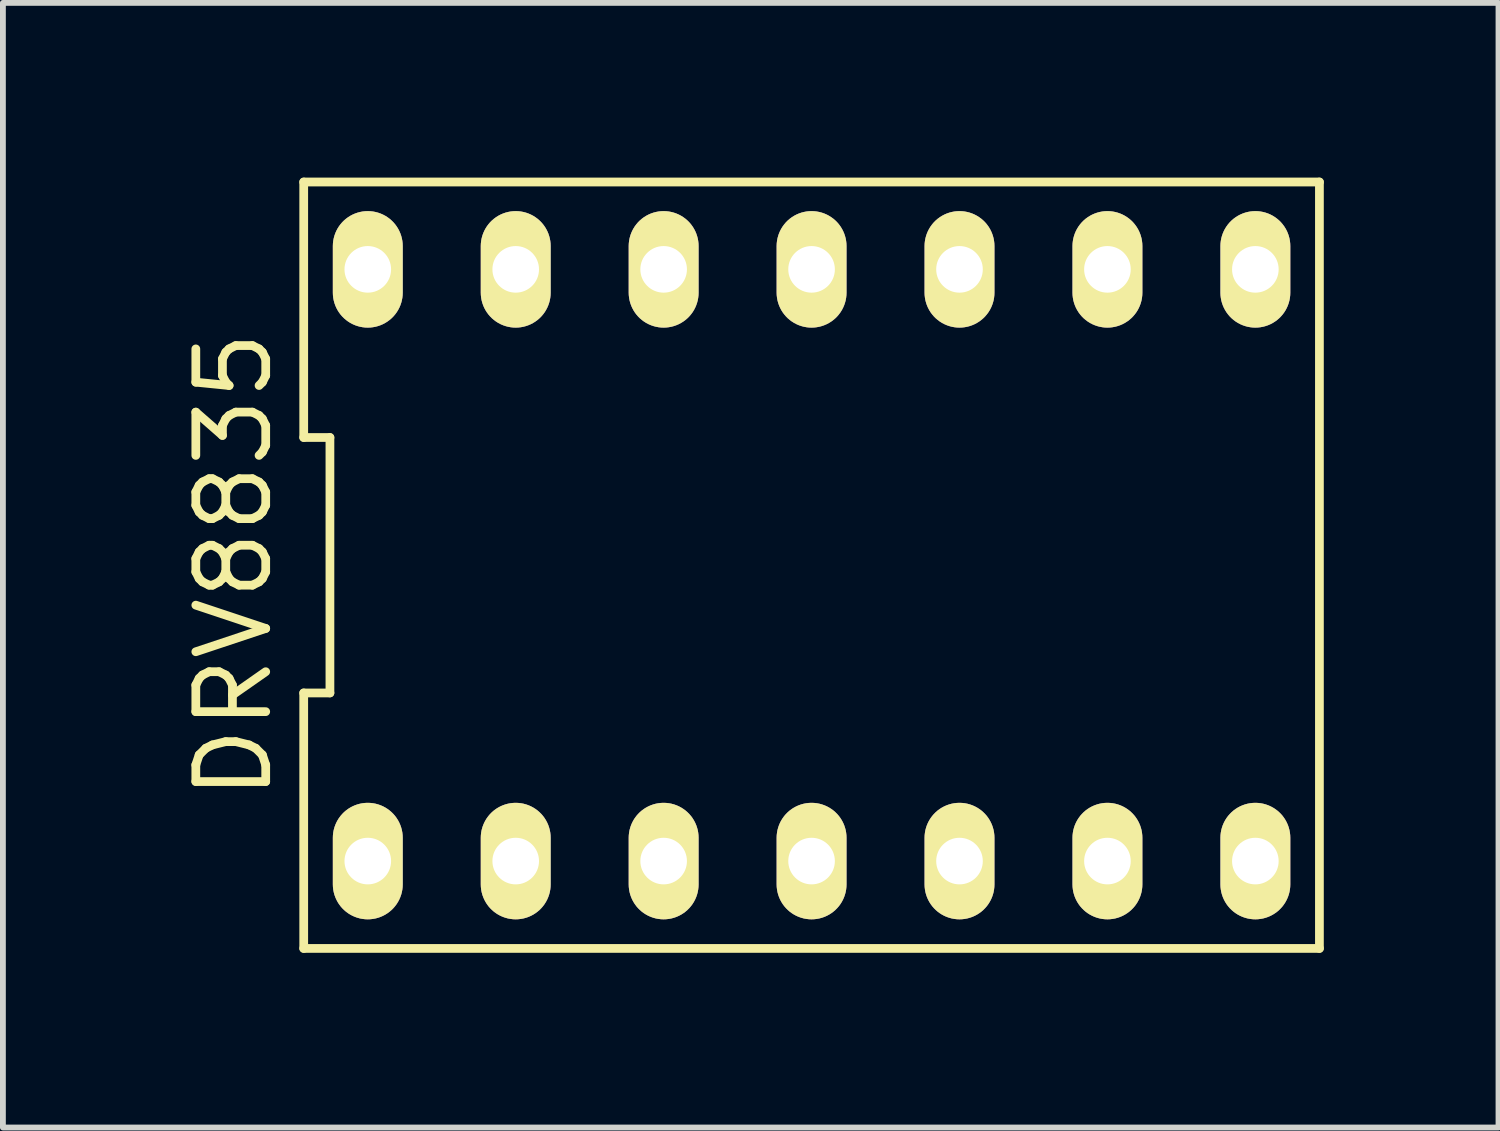
<source format=kicad_pcb>
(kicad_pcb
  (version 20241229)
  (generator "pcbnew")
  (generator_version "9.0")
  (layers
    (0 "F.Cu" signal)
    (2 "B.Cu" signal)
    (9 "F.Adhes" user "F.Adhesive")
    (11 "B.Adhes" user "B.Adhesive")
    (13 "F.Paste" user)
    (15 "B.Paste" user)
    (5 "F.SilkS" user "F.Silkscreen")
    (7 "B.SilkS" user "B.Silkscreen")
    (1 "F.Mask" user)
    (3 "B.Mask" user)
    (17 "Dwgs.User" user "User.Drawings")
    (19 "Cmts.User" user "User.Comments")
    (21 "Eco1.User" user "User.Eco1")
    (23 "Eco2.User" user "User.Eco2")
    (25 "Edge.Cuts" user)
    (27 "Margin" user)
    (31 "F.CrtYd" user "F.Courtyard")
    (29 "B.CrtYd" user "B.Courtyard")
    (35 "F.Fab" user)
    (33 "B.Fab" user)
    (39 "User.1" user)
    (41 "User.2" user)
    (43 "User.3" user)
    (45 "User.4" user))
  (footprint "DRV8835"
    (layer "F.Cu")
    (at 10.885 6.655)
    (property "Reference" "DRV8835" (at -9.92 0 90) (layer "F.SilkS") (effects (font (size 1.2 1.2) (thickness 0.15))))
    (attr through_hole)
    (fp_line (start -8.72 -6.58) (end -8.72 -2.193) (stroke (width 0.15) (type solid)) (layer "F.SilkS"))
    (fp_line (start -8.72 -2.193) (end -8.27 -2.193) (stroke (width 0.15) (type solid)) (layer "F.SilkS"))
    (fp_line (start -8.72 2.193) (end -8.72 6.58) (stroke (width 0.15) (type solid)) (layer "F.SilkS"))
    (fp_line (start -8.72 6.58) (end 8.72 6.58) (stroke (width 0.15) (type solid)) (layer "F.SilkS"))
    (fp_line (start -8.27 -2.193) (end -8.27 2.193) (stroke (width 0.15) (type solid)) (layer "F.SilkS"))
    (fp_line (start -8.27 2.193) (end -8.72 2.193) (stroke (width 0.15) (type solid)) (layer "F.SilkS"))
    (fp_line (start 8.72 -6.58) (end -8.72 -6.58) (stroke (width 0.15) (type solid)) (layer "F.SilkS"))
    (fp_line (start 8.72 6.58) (end 8.72 -6.58) (stroke (width 0.15) (type solid)) (layer "F.SilkS"))
    (pad "1" thru_hole oval (at -7.62 5.08) (size 1.2 2) (drill 0.8) (layers "*.Cu" "*.Mask" "F.SilkS"))
    (pad "2" thru_hole oval (at -5.08 5.08) (size 1.2 2) (drill 0.8) (layers "*.Cu" "*.Mask" "F.SilkS"))
    (pad "3" thru_hole oval (at -2.54 5.08) (size 1.2 2) (drill 0.8) (layers "*.Cu" "*.Mask" "F.SilkS"))
    (pad "4" thru_hole oval (at 0 5.08) (size 1.2 2) (drill 0.8) (layers "*.Cu" "*.Mask" "F.SilkS"))
    (pad "5" thru_hole oval (at 2.54 5.08) (size 1.2 2) (drill 0.8) (layers "*.Cu" "*.Mask" "F.SilkS"))
    (pad "6" thru_hole oval (at 5.08 5.08) (size 1.2 2) (drill 0.8) (layers "*.Cu" "*.Mask" "F.SilkS"))
    (pad "7" thru_hole oval (at 7.62 5.08) (size 1.2 2) (drill 0.8) (layers "*.Cu" "*.Mask" "F.SilkS"))
    (pad "8" thru_hole oval (at 7.62 -5.08) (size 1.2 2) (drill 0.8) (layers "*.Cu" "*.Mask" "F.SilkS"))
    (pad "9" thru_hole oval (at 5.08 -5.08) (size 1.2 2) (drill 0.8) (layers "*.Cu" "*.Mask" "F.SilkS"))
    (pad "10" thru_hole oval (at 2.54 -5.08) (size 1.2 2) (drill 0.8) (layers "*.Cu" "*.Mask" "F.SilkS"))
    (pad "11" thru_hole oval (at 0 -5.08) (size 1.2 2) (drill 0.8) (layers "*.Cu" "*.Mask" "F.SilkS"))
    (pad "12" thru_hole oval (at -2.54 -5.08) (size 1.2 2) (drill 0.8) (layers "*.Cu" "*.Mask" "F.SilkS"))
    (pad "13" thru_hole oval (at -5.08 -5.08) (size 1.2 2) (drill 0.8) (layers "*.Cu" "*.Mask" "F.SilkS"))
    (pad "14" thru_hole oval (at -7.62 -5.08) (size 1.2 2) (drill 0.8) (layers "*.Cu" "*.Mask" "F.SilkS")))
  (gr_rect
    (start -3 -3)
    (end 22.68 16.31)
    (stroke (width 0.1) (type default))
    (fill no)
    (layer "Edge.Cuts")))
</source>
